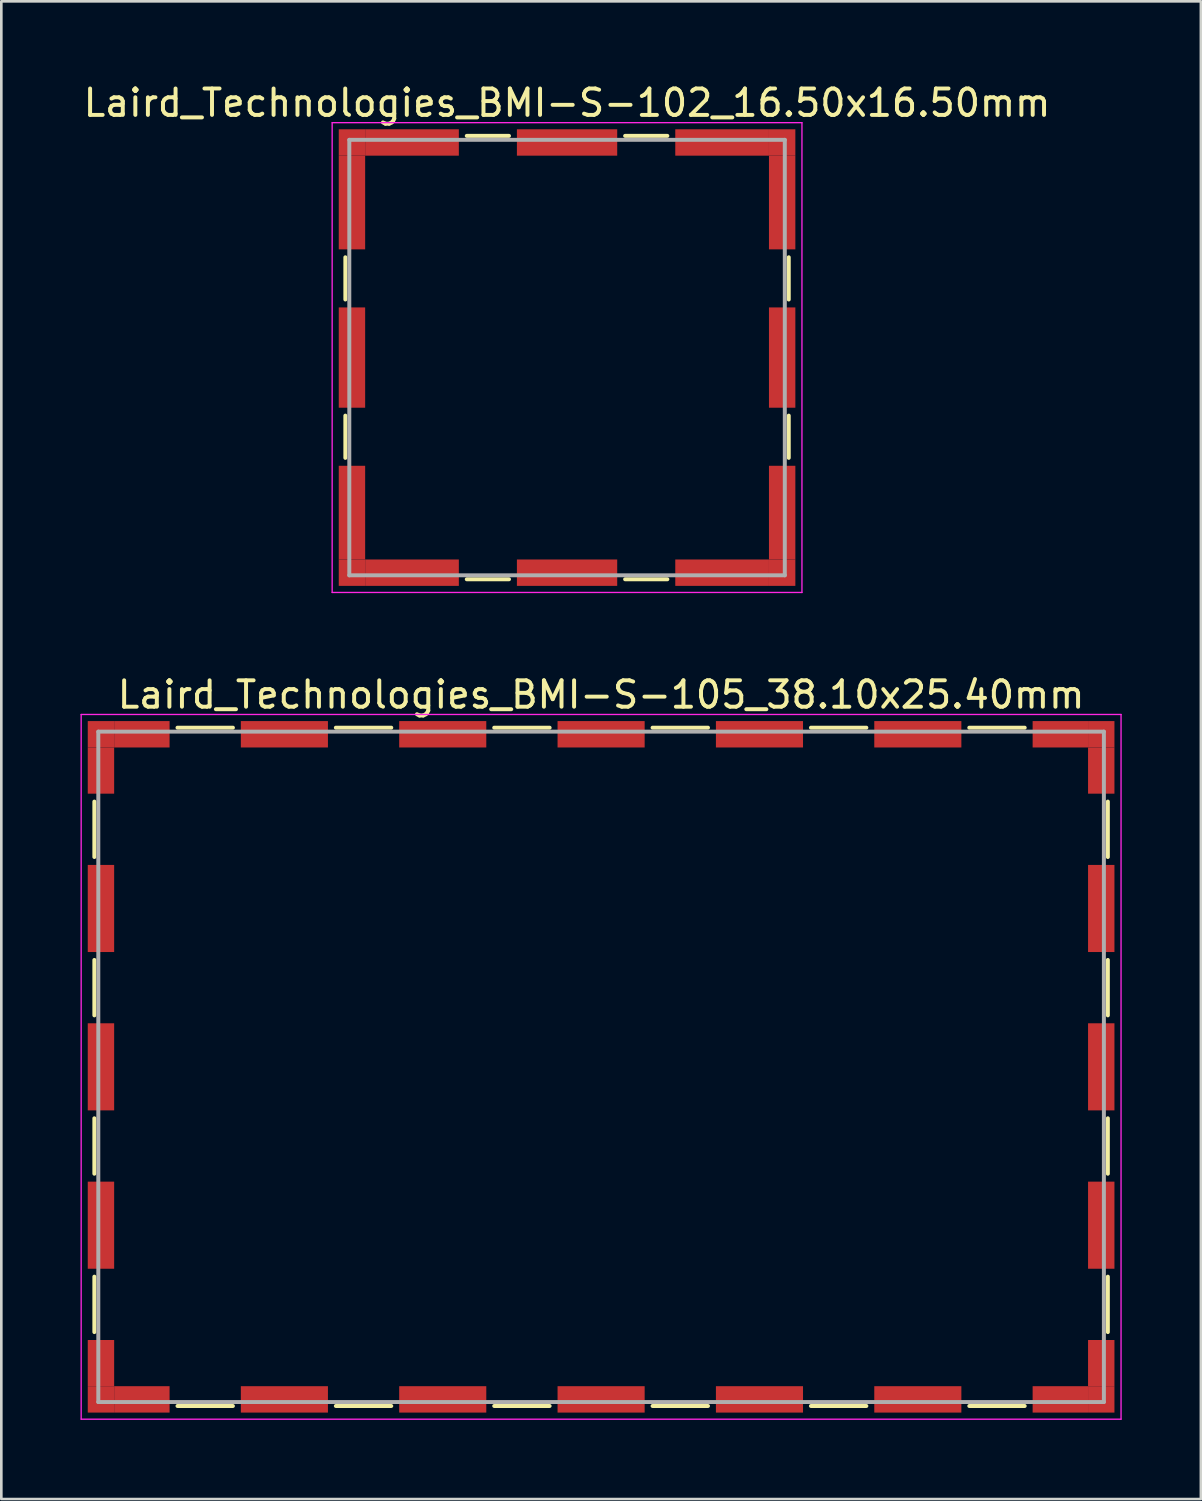
<source format=kicad_pcb>
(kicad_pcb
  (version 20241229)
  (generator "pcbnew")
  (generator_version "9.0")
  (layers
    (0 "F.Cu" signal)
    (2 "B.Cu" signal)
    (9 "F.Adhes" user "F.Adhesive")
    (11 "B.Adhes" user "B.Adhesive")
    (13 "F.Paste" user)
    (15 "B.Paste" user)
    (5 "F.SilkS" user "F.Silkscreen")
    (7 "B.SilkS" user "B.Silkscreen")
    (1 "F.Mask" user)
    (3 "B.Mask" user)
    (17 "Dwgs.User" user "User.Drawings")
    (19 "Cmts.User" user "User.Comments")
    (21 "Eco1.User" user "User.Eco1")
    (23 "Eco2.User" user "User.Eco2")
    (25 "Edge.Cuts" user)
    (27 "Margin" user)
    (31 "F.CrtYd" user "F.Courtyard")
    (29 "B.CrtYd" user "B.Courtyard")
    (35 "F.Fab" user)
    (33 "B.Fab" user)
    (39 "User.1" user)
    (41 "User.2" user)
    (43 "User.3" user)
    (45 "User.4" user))
  (footprint "Laird_Technologies_BMI-S-105_38.10x25.40mm"
    (layer "F.Cu")
    (at 19.725 37.371)
    (property "Reference" "Laird_Technologies_BMI-S-105_38.10x25.40mm" (at 0 -14.1 0) (layer "F.SilkS") (effects (font (size 1 1) (thickness 0.15))))
    (attr smd)
    (fp_line (start -19.2 -10.05) (end -19.2 -7.95) (stroke (width 0.15) (type solid)) (layer "F.SilkS"))
    (fp_line (start -19.2 -4.05) (end -19.2 -1.95) (stroke (width 0.15) (type solid)) (layer "F.SilkS"))
    (fp_line (start -19.2 1.95) (end -19.2 4.05) (stroke (width 0.15) (type solid)) (layer "F.SilkS"))
    (fp_line (start -19.2 7.95) (end -19.2 10.05) (stroke (width 0.15) (type solid)) (layer "F.SilkS"))
    (fp_line (start -16.05 -12.85) (end -13.95 -12.85) (stroke (width 0.15) (type solid)) (layer "F.SilkS"))
    (fp_line (start -16.05 12.85) (end -13.95 12.85) (stroke (width 0.15) (type solid)) (layer "F.SilkS"))
    (fp_line (start -10.05 -12.85) (end -7.95 -12.85) (stroke (width 0.15) (type solid)) (layer "F.SilkS"))
    (fp_line (start -10.05 12.85) (end -7.95 12.85) (stroke (width 0.15) (type solid)) (layer "F.SilkS"))
    (fp_line (start -4.05 -12.85) (end -1.95 -12.85) (stroke (width 0.15) (type solid)) (layer "F.SilkS"))
    (fp_line (start -4.05 12.85) (end -1.95 12.85) (stroke (width 0.15) (type solid)) (layer "F.SilkS"))
    (fp_line (start 1.95 -12.85) (end 4.05 -12.85) (stroke (width 0.15) (type solid)) (layer "F.SilkS"))
    (fp_line (start 1.95 12.85) (end 4.05 12.85) (stroke (width 0.15) (type solid)) (layer "F.SilkS"))
    (fp_line (start 7.95 -12.85) (end 10.05 -12.85) (stroke (width 0.15) (type solid)) (layer "F.SilkS"))
    (fp_line (start 7.95 12.85) (end 10.05 12.85) (stroke (width 0.15) (type solid)) (layer "F.SilkS"))
    (fp_line (start 13.95 -12.85) (end 16.05 -12.85) (stroke (width 0.15) (type solid)) (layer "F.SilkS"))
    (fp_line (start 13.95 12.85) (end 16.05 12.85) (stroke (width 0.15) (type solid)) (layer "F.SilkS"))
    (fp_line (start 19.2 -10.05) (end 19.2 -7.95) (stroke (width 0.15) (type solid)) (layer "F.SilkS"))
    (fp_line (start 19.2 -4.05) (end 19.2 -1.95) (stroke (width 0.15) (type solid)) (layer "F.SilkS"))
    (fp_line (start 19.2 1.95) (end 19.2 4.05) (stroke (width 0.15) (type solid)) (layer "F.SilkS"))
    (fp_line (start 19.2 7.95) (end 19.2 10.05) (stroke (width 0.15) (type solid)) (layer "F.SilkS"))
    (fp_line (start -19.7 -13.35) (end -19.7 13.35) (stroke (width 0.05) (type solid)) (layer "F.CrtYd"))
    (fp_line (start -19.7 13.35) (end 19.7 13.35) (stroke (width 0.05) (type solid)) (layer "F.CrtYd"))
    (fp_line (start 19.7 -13.35) (end -19.7 -13.35) (stroke (width 0.05) (type solid)) (layer "F.CrtYd"))
    (fp_line (start 19.7 13.35) (end 19.7 -13.35) (stroke (width 0.05) (type solid)) (layer "F.CrtYd"))
    (fp_line (start -19.05 -12.7) (end -19.05 12.7) (stroke (width 0.15) (type solid)) (layer "F.Fab"))
    (fp_line (start -19.05 12.7) (end 19.05 12.7) (stroke (width 0.15) (type solid)) (layer "F.Fab"))
    (fp_line (start 19.05 -12.7) (end -19.05 -12.7) (stroke (width 0.15) (type solid)) (layer "F.Fab"))
    (fp_line (start 19.05 12.7) (end 19.05 -12.7) (stroke (width 0.15) (type solid)) (layer "F.Fab"))
    (pad "1" smd rect (at -18.95 -12.6) (size 1 1) (layers "F.Cu" "F.Mask"))
    (pad "1" smd rect (at -18.95 -11.225) (size 1 1.75) (layers "F.Cu" "F.Mask"))
    (pad "1" smd rect (at -18.95 -6) (size 1 3.3) (layers "F.Cu" "F.Mask"))
    (pad "1" smd rect (at -18.95 0) (size 1 3.3) (layers "F.Cu" "F.Mask"))
    (pad "1" smd rect (at -18.95 6) (size 1 3.3) (layers "F.Cu" "F.Mask"))
    (pad "1" smd rect (at -18.95 11.225) (size 1 1.75) (layers "F.Cu" "F.Mask"))
    (pad "1" smd rect (at -18.95 12.6) (size 1 1) (layers "F.Cu" "F.Mask"))
    (pad "1" smd rect (at -17.4 -12.6) (size 2.1 1) (layers "F.Cu" "F.Mask"))
    (pad "1" smd rect (at -17.4 12.6) (size 2.1 1) (layers "F.Cu" "F.Mask"))
    (pad "1" smd rect (at -12 -12.6) (size 3.3 1) (layers "F.Cu" "F.Mask"))
    (pad "1" smd rect (at -12 12.6) (size 3.3 1) (layers "F.Cu" "F.Mask"))
    (pad "1" smd rect (at -6 -12.6) (size 3.3 1) (layers "F.Cu" "F.Mask"))
    (pad "1" smd rect (at -6 12.6) (size 3.3 1) (layers "F.Cu" "F.Mask"))
    (pad "1" smd rect (at 0 -12.6) (size 3.3 1) (layers "F.Cu" "F.Mask"))
    (pad "1" smd rect (at 0 12.6) (size 3.3 1) (layers "F.Cu" "F.Mask"))
    (pad "1" smd rect (at 6 -12.6) (size 3.3 1) (layers "F.Cu" "F.Mask"))
    (pad "1" smd rect (at 6 12.6) (size 3.3 1) (layers "F.Cu" "F.Mask"))
    (pad "1" smd rect (at 12 -12.6) (size 3.3 1) (layers "F.Cu" "F.Mask"))
    (pad "1" smd rect (at 12 12.6) (size 3.3 1) (layers "F.Cu" "F.Mask"))
    (pad "1" smd rect (at 17.4 -12.6) (size 2.1 1) (layers "F.Cu" "F.Mask"))
    (pad "1" smd rect (at 17.4 12.6) (size 2.1 1) (layers "F.Cu" "F.Mask"))
    (pad "1" smd rect (at 18.95 -12.6) (size 1 1) (layers "F.Cu" "F.Mask"))
    (pad "1" smd rect (at 18.95 -11.225) (size 1 1.75) (layers "F.Cu" "F.Mask"))
    (pad "1" smd rect (at 18.95 -6) (size 1 3.3) (layers "F.Cu" "F.Mask"))
    (pad "1" smd rect (at 18.95 0) (size 1 3.3) (layers "F.Cu" "F.Mask"))
    (pad "1" smd rect (at 18.95 6) (size 1 3.3) (layers "F.Cu" "F.Mask"))
    (pad "1" smd rect (at 18.95 11.225) (size 1 1.75) (layers "F.Cu" "F.Mask"))
    (pad "1" smd rect (at 18.95 12.6) (size 1 1) (layers "F.Cu" "F.Mask")))
  (footprint "Laird_Technologies_BMI-S-102_16.50x16.50mm"
    (layer "F.Cu")
    (at 18.435 10.498)
    (property "Reference" "Laird_Technologies_BMI-S-102_16.50x16.50mm" (at 0 -9.65 0) (layer "F.SilkS") (effects (font (size 1 1) (thickness 0.15))))
    (attr smd)
    (fp_line (start -8.4 -3.8) (end -8.4 -2.2) (stroke (width 0.15) (type solid)) (layer "F.SilkS"))
    (fp_line (start -8.4 2.2) (end -8.4 3.8) (stroke (width 0.15) (type solid)) (layer "F.SilkS"))
    (fp_line (start -3.8 -8.4) (end -2.2 -8.4) (stroke (width 0.15) (type solid)) (layer "F.SilkS"))
    (fp_line (start -3.8 8.4) (end -2.2 8.4) (stroke (width 0.15) (type solid)) (layer "F.SilkS"))
    (fp_line (start 2.2 -8.4) (end 3.8 -8.4) (stroke (width 0.15) (type solid)) (layer "F.SilkS"))
    (fp_line (start 2.2 8.4) (end 3.8 8.4) (stroke (width 0.15) (type solid)) (layer "F.SilkS"))
    (fp_line (start 8.4 -3.8) (end 8.4 -2.2) (stroke (width 0.15) (type solid)) (layer "F.SilkS"))
    (fp_line (start 8.4 2.2) (end 8.4 3.8) (stroke (width 0.15) (type solid)) (layer "F.SilkS"))
    (fp_line (start -8.9 -8.9) (end -8.9 8.9) (stroke (width 0.05) (type solid)) (layer "F.CrtYd"))
    (fp_line (start -8.9 8.9) (end 8.9 8.9) (stroke (width 0.05) (type solid)) (layer "F.CrtYd"))
    (fp_line (start 8.9 -8.9) (end -8.9 -8.9) (stroke (width 0.05) (type solid)) (layer "F.CrtYd"))
    (fp_line (start 8.9 8.9) (end 8.9 -8.9) (stroke (width 0.05) (type solid)) (layer "F.CrtYd"))
    (fp_line (start -8.25 -8.25) (end -8.25 8.25) (stroke (width 0.15) (type solid)) (layer "F.Fab"))
    (fp_line (start -8.25 8.25) (end 8.25 8.25) (stroke (width 0.15) (type solid)) (layer "F.Fab"))
    (fp_line (start 8.25 -8.25) (end -8.25 -8.25) (stroke (width 0.15) (type solid)) (layer "F.Fab"))
    (fp_line (start 8.25 8.25) (end 8.25 -8.25) (stroke (width 0.15) (type solid)) (layer "F.Fab"))
    (pad "1" smd rect (at -8.15 -8.15) (size 1 1) (layers "F.Cu" "F.Mask"))
    (pad "1" smd rect (at -8.15 -5.875) (size 1 3.55) (layers "F.Cu" "F.Mask"))
    (pad "1" smd rect (at -8.15 0) (size 1 3.8) (layers "F.Cu" "F.Mask"))
    (pad "1" smd rect (at -8.15 5.875) (size 1 3.55) (layers "F.Cu" "F.Mask"))
    (pad "1" smd rect (at -8.15 8.15) (size 1 1) (layers "F.Cu" "F.Mask"))
    (pad "1" smd rect (at -5.875 -8.15) (size 3.55 1) (layers "F.Cu" "F.Mask"))
    (pad "1" smd rect (at -5.875 8.15) (size 3.55 1) (layers "F.Cu" "F.Mask"))
    (pad "1" smd rect (at 0 -8.15) (size 3.8 1) (layers "F.Cu" "F.Mask"))
    (pad "1" smd rect (at 0 8.15) (size 3.8 1) (layers "F.Cu" "F.Mask"))
    (pad "1" smd rect (at 5.875 -8.15) (size 3.55 1) (layers "F.Cu" "F.Mask"))
    (pad "1" smd rect (at 5.875 8.15) (size 3.55 1) (layers "F.Cu" "F.Mask"))
    (pad "1" smd rect (at 8.15 -8.15) (size 1 1) (layers "F.Cu" "F.Mask"))
    (pad "1" smd rect (at 8.15 -5.875) (size 1 3.55) (layers "F.Cu" "F.Mask"))
    (pad "1" smd rect (at 8.15 0) (size 1 3.8) (layers "F.Cu" "F.Mask"))
    (pad "1" smd rect (at 8.15 5.875) (size 1 3.55) (layers "F.Cu" "F.Mask"))
    (pad "1" smd rect (at 8.15 8.15) (size 1 1) (layers "F.Cu" "F.Mask")))
  (gr_rect
    (start -3 -3)
    (end 42.45 53.746)
    (stroke (width 0.1) (type default))
    (fill no)
    (layer "Edge.Cuts")))
</source>
